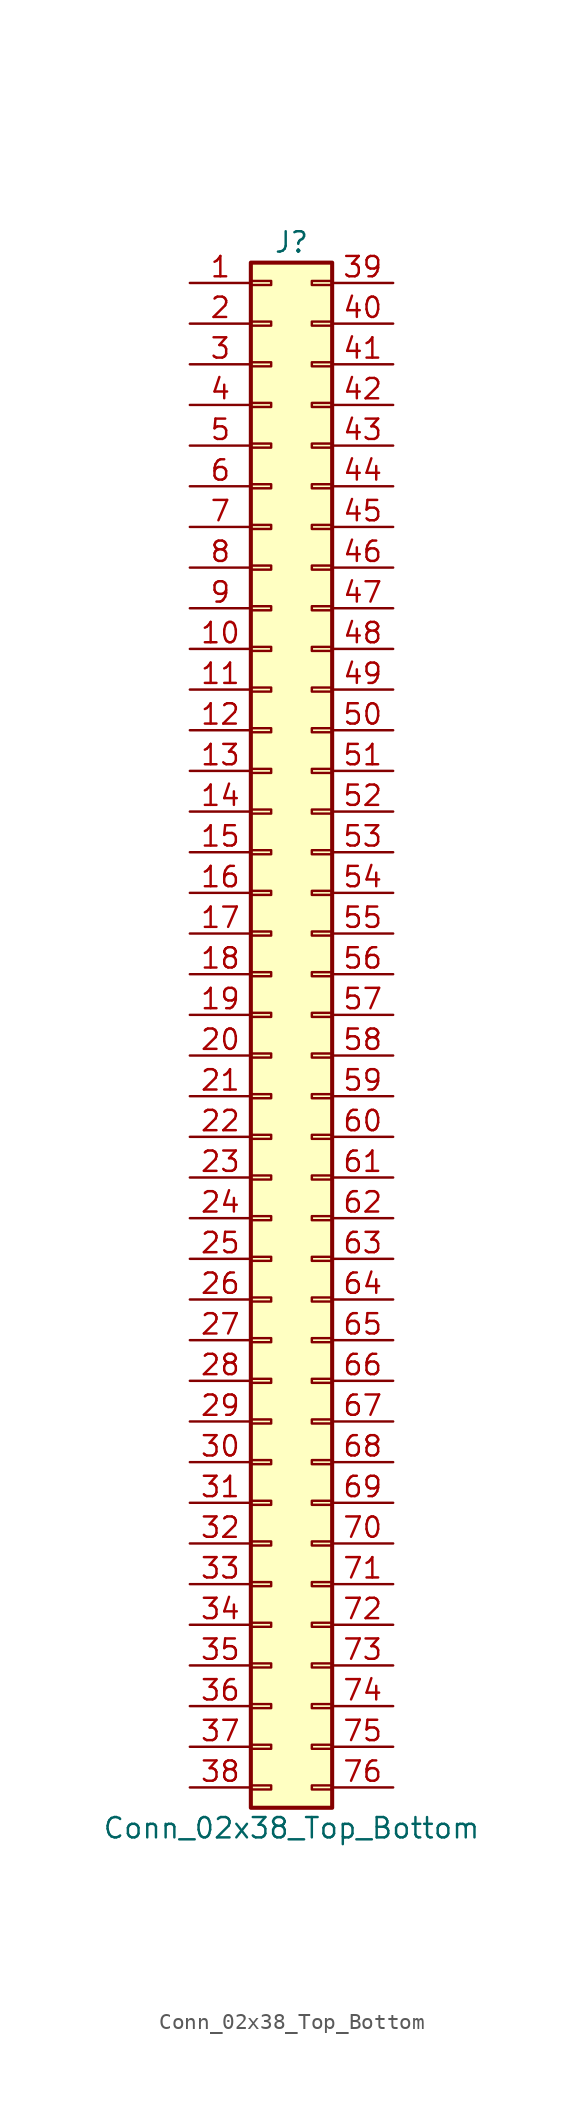
<source format=kicad_sym>
(kicad_symbol_lib
  (version 20220914)
  (generator kicad_symbol_editor)
  (symbol "Conn_02x38_Top_Bottom"
    (pin_names
      (offset 1.016) hide)
    (property "Reference" "J"
      (at 1.27 48.26 0)
      (effects (font (size 1.27 1.27))))
    (property "Value" "Conn_02x38_Top_Bottom"
      (at 1.27 -50.8 0)
      (effects (font (size 1.27 1.27))))
    (symbol "Conn_02x38_Top_Bottom_1_1"
      (rectangle (start -1.27 -48.133) (end 0 -48.387) (stroke (width 0.152) (type solid)) (fill (type none)))
      (rectangle (start -1.27 -45.593) (end 0 -45.847) (stroke (width 0.152) (type solid)) (fill (type none)))
      (rectangle (start -1.27 -43.053) (end 0 -43.307) (stroke (width 0.152) (type solid)) (fill (type none)))
      (rectangle (start -1.27 -40.513) (end 0 -40.767) (stroke (width 0.152) (type solid)) (fill (type none)))
      (rectangle (start -1.27 -37.973) (end 0 -38.227) (stroke (width 0.152) (type solid)) (fill (type none)))
      (rectangle (start -1.27 -35.433) (end 0 -35.687) (stroke (width 0.152) (type solid)) (fill (type none)))
      (rectangle (start -1.27 -32.893) (end 0 -33.147) (stroke (width 0.152) (type solid)) (fill (type none)))
      (rectangle (start -1.27 -30.353) (end 0 -30.607) (stroke (width 0.152) (type solid)) (fill (type none)))
      (rectangle (start -1.27 -27.813) (end 0 -28.067) (stroke (width 0.152) (type solid)) (fill (type none)))
      (rectangle (start -1.27 -25.273) (end 0 -25.527) (stroke (width 0.152) (type solid)) (fill (type none)))
      (rectangle (start -1.27 -22.733) (end 0 -22.987) (stroke (width 0.152) (type solid)) (fill (type none)))
      (rectangle (start -1.27 -20.193) (end 0 -20.447) (stroke (width 0.152) (type solid)) (fill (type none)))
      (rectangle (start -1.27 -17.653) (end 0 -17.907) (stroke (width 0.152) (type solid)) (fill (type none)))
      (rectangle (start -1.27 -15.113) (end 0 -15.367) (stroke (width 0.152) (type solid)) (fill (type none)))
      (rectangle (start -1.27 -12.573) (end 0 -12.827) (stroke (width 0.152) (type solid)) (fill (type none)))
      (rectangle (start -1.27 -10.033) (end 0 -10.287) (stroke (width 0.152) (type solid)) (fill (type none)))
      (rectangle (start -1.27 -7.493) (end 0 -7.747) (stroke (width 0.152) (type solid)) (fill (type none)))
      (rectangle (start -1.27 -4.953) (end 0 -5.207) (stroke (width 0.152) (type solid)) (fill (type none)))
      (rectangle (start -1.27 -2.413) (end 0 -2.667) (stroke (width 0.152) (type solid)) (fill (type none)))
      (rectangle (start -1.27 0.127) (end 0 -0.127) (stroke (width 0.152) (type solid)) (fill (type none)))
      (rectangle (start -1.27 2.667) (end 0 2.413) (stroke (width 0.152) (type solid)) (fill (type none)))
      (rectangle (start -1.27 5.207) (end 0 4.953) (stroke (width 0.152) (type solid)) (fill (type none)))
      (rectangle (start -1.27 7.747) (end 0 7.493) (stroke (width 0.152) (type solid)) (fill (type none)))
      (rectangle (start -1.27 10.287) (end 0 10.033) (stroke (width 0.152) (type solid)) (fill (type none)))
      (rectangle (start -1.27 12.827) (end 0 12.573) (stroke (width 0.152) (type solid)) (fill (type none)))
      (rectangle (start -1.27 15.367) (end 0 15.113) (stroke (width 0.152) (type solid)) (fill (type none)))
      (rectangle (start -1.27 17.907) (end 0 17.653) (stroke (width 0.152) (type solid)) (fill (type none)))
      (rectangle (start -1.27 20.447) (end 0 20.193) (stroke (width 0.152) (type solid)) (fill (type none)))
      (rectangle (start -1.27 22.987) (end 0 22.733) (stroke (width 0.152) (type solid)) (fill (type none)))
      (rectangle (start -1.27 25.527) (end 0 25.273) (stroke (width 0.152) (type solid)) (fill (type none)))
      (rectangle (start -1.27 28.067) (end 0 27.813) (stroke (width 0.152) (type solid)) (fill (type none)))
      (rectangle (start -1.27 30.607) (end 0 30.353) (stroke (width 0.152) (type solid)) (fill (type none)))
      (rectangle (start -1.27 33.147) (end 0 32.893) (stroke (width 0.152) (type solid)) (fill (type none)))
      (rectangle (start -1.27 35.687) (end 0 35.433) (stroke (width 0.152) (type solid)) (fill (type none)))
      (rectangle (start -1.27 38.227) (end 0 37.973) (stroke (width 0.152) (type solid)) (fill (type none)))
      (rectangle (start -1.27 40.767) (end 0 40.513) (stroke (width 0.152) (type solid)) (fill (type none)))
      (rectangle (start -1.27 43.307) (end 0 43.053) (stroke (width 0.152) (type solid)) (fill (type none)))
      (rectangle (start -1.27 45.847) (end 0 45.593) (stroke (width 0.152) (type solid)) (fill (type none)))
      (rectangle (start -1.27 46.99) (end 3.81 -49.53) (stroke (width 0.254) (type solid)) (fill (type background)))
      (rectangle (start 3.81 -48.133) (end 2.54 -48.387) (stroke (width 0.152) (type solid)) (fill (type none)))
      (rectangle (start 3.81 -45.593) (end 2.54 -45.847) (stroke (width 0.152) (type solid)) (fill (type none)))
      (rectangle (start 3.81 -43.053) (end 2.54 -43.307) (stroke (width 0.152) (type solid)) (fill (type none)))
      (rectangle (start 3.81 -40.513) (end 2.54 -40.767) (stroke (width 0.152) (type solid)) (fill (type none)))
      (rectangle (start 3.81 -37.973) (end 2.54 -38.227) (stroke (width 0.152) (type solid)) (fill (type none)))
      (rectangle (start 3.81 -35.433) (end 2.54 -35.687) (stroke (width 0.152) (type solid)) (fill (type none)))
      (rectangle (start 3.81 -32.893) (end 2.54 -33.147) (stroke (width 0.152) (type solid)) (fill (type none)))
      (rectangle (start 3.81 -30.353) (end 2.54 -30.607) (stroke (width 0.152) (type solid)) (fill (type none)))
      (rectangle (start 3.81 -27.813) (end 2.54 -28.067) (stroke (width 0.152) (type solid)) (fill (type none)))
      (rectangle (start 3.81 -25.273) (end 2.54 -25.527) (stroke (width 0.152) (type solid)) (fill (type none)))
      (rectangle (start 3.81 -22.733) (end 2.54 -22.987) (stroke (width 0.152) (type solid)) (fill (type none)))
      (rectangle (start 3.81 -20.193) (end 2.54 -20.447) (stroke (width 0.152) (type solid)) (fill (type none)))
      (rectangle (start 3.81 -17.653) (end 2.54 -17.907) (stroke (width 0.152) (type solid)) (fill (type none)))
      (rectangle (start 3.81 -15.113) (end 2.54 -15.367) (stroke (width 0.152) (type solid)) (fill (type none)))
      (rectangle (start 3.81 -12.573) (end 2.54 -12.827) (stroke (width 0.152) (type solid)) (fill (type none)))
      (rectangle (start 3.81 -10.033) (end 2.54 -10.287) (stroke (width 0.152) (type solid)) (fill (type none)))
      (rectangle (start 3.81 -7.493) (end 2.54 -7.747) (stroke (width 0.152) (type solid)) (fill (type none)))
      (rectangle (start 3.81 -4.953) (end 2.54 -5.207) (stroke (width 0.152) (type solid)) (fill (type none)))
      (rectangle (start 3.81 -2.413) (end 2.54 -2.667) (stroke (width 0.152) (type solid)) (fill (type none)))
      (rectangle (start 3.81 0.127) (end 2.54 -0.127) (stroke (width 0.152) (type solid)) (fill (type none)))
      (rectangle (start 3.81 2.667) (end 2.54 2.413) (stroke (width 0.152) (type solid)) (fill (type none)))
      (rectangle (start 3.81 5.207) (end 2.54 4.953) (stroke (width 0.152) (type solid)) (fill (type none)))
      (rectangle (start 3.81 7.747) (end 2.54 7.493) (stroke (width 0.152) (type solid)) (fill (type none)))
      (rectangle (start 3.81 10.287) (end 2.54 10.033) (stroke (width 0.152) (type solid)) (fill (type none)))
      (rectangle (start 3.81 12.827) (end 2.54 12.573) (stroke (width 0.152) (type solid)) (fill (type none)))
      (rectangle (start 3.81 15.367) (end 2.54 15.113) (stroke (width 0.152) (type solid)) (fill (type none)))
      (rectangle (start 3.81 17.907) (end 2.54 17.653) (stroke (width 0.152) (type solid)) (fill (type none)))
      (rectangle (start 3.81 20.447) (end 2.54 20.193) (stroke (width 0.152) (type solid)) (fill (type none)))
      (rectangle (start 3.81 22.987) (end 2.54 22.733) (stroke (width 0.152) (type solid)) (fill (type none)))
      (rectangle (start 3.81 25.527) (end 2.54 25.273) (stroke (width 0.152) (type solid)) (fill (type none)))
      (rectangle (start 3.81 28.067) (end 2.54 27.813) (stroke (width 0.152) (type solid)) (fill (type none)))
      (rectangle (start 3.81 30.607) (end 2.54 30.353) (stroke (width 0.152) (type solid)) (fill (type none)))
      (rectangle (start 3.81 33.147) (end 2.54 32.893) (stroke (width 0.152) (type solid)) (fill (type none)))
      (rectangle (start 3.81 35.687) (end 2.54 35.433) (stroke (width 0.152) (type solid)) (fill (type none)))
      (rectangle (start 3.81 38.227) (end 2.54 37.973) (stroke (width 0.152) (type solid)) (fill (type none)))
      (rectangle (start 3.81 40.767) (end 2.54 40.513) (stroke (width 0.152) (type solid)) (fill (type none)))
      (rectangle (start 3.81 43.307) (end 2.54 43.053) (stroke (width 0.152) (type solid)) (fill (type none)))
      (rectangle (start 3.81 45.847) (end 2.54 45.593) (stroke (width 0.152) (type solid)) (fill (type none)))
      (pin passive line (at -5.08 45.72 0) (length 3.81) (name "Pin_1" (effects (font (size 1.27 1.27)))) (number "1" (effects (font (size 1.27 1.27)))))
      (pin passive line (at -5.08 22.86 0) (length 3.81) (name "Pin_10" (effects (font (size 1.27 1.27)))) (number "10" (effects (font (size 1.27 1.27)))))
      (pin passive line (at -5.08 20.32 0) (length 3.81) (name "Pin_11" (effects (font (size 1.27 1.27)))) (number "11" (effects (font (size 1.27 1.27)))))
      (pin passive line (at -5.08 17.78 0) (length 3.81) (name "Pin_12" (effects (font (size 1.27 1.27)))) (number "12" (effects (font (size 1.27 1.27)))))
      (pin passive line (at -5.08 15.24 0) (length 3.81) (name "Pin_13" (effects (font (size 1.27 1.27)))) (number "13" (effects (font (size 1.27 1.27)))))
      (pin passive line (at -5.08 12.7 0) (length 3.81) (name "Pin_14" (effects (font (size 1.27 1.27)))) (number "14" (effects (font (size 1.27 1.27)))))
      (pin passive line (at -5.08 10.16 0) (length 3.81) (name "Pin_15" (effects (font (size 1.27 1.27)))) (number "15" (effects (font (size 1.27 1.27)))))
      (pin passive line (at -5.08 7.62 0) (length 3.81) (name "Pin_16" (effects (font (size 1.27 1.27)))) (number "16" (effects (font (size 1.27 1.27)))))
      (pin passive line (at -5.08 5.08 0) (length 3.81) (name "Pin_17" (effects (font (size 1.27 1.27)))) (number "17" (effects (font (size 1.27 1.27)))))
      (pin passive line (at -5.08 2.54 0) (length 3.81) (name "Pin_18" (effects (font (size 1.27 1.27)))) (number "18" (effects (font (size 1.27 1.27)))))
      (pin passive line (at -5.08 0 0) (length 3.81) (name "Pin_19" (effects (font (size 1.27 1.27)))) (number "19" (effects (font (size 1.27 1.27)))))
      (pin passive line (at -5.08 43.18 0) (length 3.81) (name "Pin_2" (effects (font (size 1.27 1.27)))) (number "2" (effects (font (size 1.27 1.27)))))
      (pin passive line (at -5.08 -2.54 0) (length 3.81) (name "Pin_20" (effects (font (size 1.27 1.27)))) (number "20" (effects (font (size 1.27 1.27)))))
      (pin passive line (at -5.08 -5.08 0) (length 3.81) (name "Pin_21" (effects (font (size 1.27 1.27)))) (number "21" (effects (font (size 1.27 1.27)))))
      (pin passive line (at -5.08 -7.62 0) (length 3.81) (name "Pin_22" (effects (font (size 1.27 1.27)))) (number "22" (effects (font (size 1.27 1.27)))))
      (pin passive line (at -5.08 -10.16 0) (length 3.81) (name "Pin_23" (effects (font (size 1.27 1.27)))) (number "23" (effects (font (size 1.27 1.27)))))
      (pin passive line (at -5.08 -12.7 0) (length 3.81) (name "Pin_24" (effects (font (size 1.27 1.27)))) (number "24" (effects (font (size 1.27 1.27)))))
      (pin passive line (at -5.08 -15.24 0) (length 3.81) (name "Pin_25" (effects (font (size 1.27 1.27)))) (number "25" (effects (font (size 1.27 1.27)))))
      (pin passive line (at -5.08 -17.78 0) (length 3.81) (name "Pin_26" (effects (font (size 1.27 1.27)))) (number "26" (effects (font (size 1.27 1.27)))))
      (pin passive line (at -5.08 -20.32 0) (length 3.81) (name "Pin_27" (effects (font (size 1.27 1.27)))) (number "27" (effects (font (size 1.27 1.27)))))
      (pin passive line (at -5.08 -22.86 0) (length 3.81) (name "Pin_28" (effects (font (size 1.27 1.27)))) (number "28" (effects (font (size 1.27 1.27)))))
      (pin passive line (at -5.08 -25.4 0) (length 3.81) (name "Pin_29" (effects (font (size 1.27 1.27)))) (number "29" (effects (font (size 1.27 1.27)))))
      (pin passive line (at -5.08 40.64 0) (length 3.81) (name "Pin_3" (effects (font (size 1.27 1.27)))) (number "3" (effects (font (size 1.27 1.27)))))
      (pin passive line (at -5.08 -27.94 0) (length 3.81) (name "Pin_30" (effects (font (size 1.27 1.27)))) (number "30" (effects (font (size 1.27 1.27)))))
      (pin passive line (at -5.08 -30.48 0) (length 3.81) (name "Pin_31" (effects (font (size 1.27 1.27)))) (number "31" (effects (font (size 1.27 1.27)))))
      (pin passive line (at -5.08 -33.02 0) (length 3.81) (name "Pin_32" (effects (font (size 1.27 1.27)))) (number "32" (effects (font (size 1.27 1.27)))))
      (pin passive line (at -5.08 -35.56 0) (length 3.81) (name "Pin_33" (effects (font (size 1.27 1.27)))) (number "33" (effects (font (size 1.27 1.27)))))
      (pin passive line (at -5.08 -38.1 0) (length 3.81) (name "Pin_34" (effects (font (size 1.27 1.27)))) (number "34" (effects (font (size 1.27 1.27)))))
      (pin passive line (at -5.08 -40.64 0) (length 3.81) (name "Pin_35" (effects (font (size 1.27 1.27)))) (number "35" (effects (font (size 1.27 1.27)))))
      (pin passive line (at -5.08 -43.18 0) (length 3.81) (name "Pin_36" (effects (font (size 1.27 1.27)))) (number "36" (effects (font (size 1.27 1.27)))))
      (pin passive line (at -5.08 -45.72 0) (length 3.81) (name "Pin_37" (effects (font (size 1.27 1.27)))) (number "37" (effects (font (size 1.27 1.27)))))
      (pin passive line (at -5.08 -48.26 0) (length 3.81) (name "Pin_38" (effects (font (size 1.27 1.27)))) (number "38" (effects (font (size 1.27 1.27)))))
      (pin passive line (at 7.62 45.72 180) (length 3.81) (name "Pin_39" (effects (font (size 1.27 1.27)))) (number "39" (effects (font (size 1.27 1.27)))))
      (pin passive line (at -5.08 38.1 0) (length 3.81) (name "Pin_4" (effects (font (size 1.27 1.27)))) (number "4" (effects (font (size 1.27 1.27)))))
      (pin passive line (at 7.62 43.18 180) (length 3.81) (name "Pin_40" (effects (font (size 1.27 1.27)))) (number "40" (effects (font (size 1.27 1.27)))))
      (pin passive line (at 7.62 40.64 180) (length 3.81) (name "Pin_41" (effects (font (size 1.27 1.27)))) (number "41" (effects (font (size 1.27 1.27)))))
      (pin passive line (at 7.62 38.1 180) (length 3.81) (name "Pin_42" (effects (font (size 1.27 1.27)))) (number "42" (effects (font (size 1.27 1.27)))))
      (pin passive line (at 7.62 35.56 180) (length 3.81) (name "Pin_43" (effects (font (size 1.27 1.27)))) (number "43" (effects (font (size 1.27 1.27)))))
      (pin passive line (at 7.62 33.02 180) (length 3.81) (name "Pin_44" (effects (font (size 1.27 1.27)))) (number "44" (effects (font (size 1.27 1.27)))))
      (pin passive line (at 7.62 30.48 180) (length 3.81) (name "Pin_45" (effects (font (size 1.27 1.27)))) (number "45" (effects (font (size 1.27 1.27)))))
      (pin passive line (at 7.62 27.94 180) (length 3.81) (name "Pin_46" (effects (font (size 1.27 1.27)))) (number "46" (effects (font (size 1.27 1.27)))))
      (pin passive line (at 7.62 25.4 180) (length 3.81) (name "Pin_47" (effects (font (size 1.27 1.27)))) (number "47" (effects (font (size 1.27 1.27)))))
      (pin passive line (at 7.62 22.86 180) (length 3.81) (name "Pin_48" (effects (font (size 1.27 1.27)))) (number "48" (effects (font (size 1.27 1.27)))))
      (pin passive line (at 7.62 20.32 180) (length 3.81) (name "Pin_49" (effects (font (size 1.27 1.27)))) (number "49" (effects (font (size 1.27 1.27)))))
      (pin passive line (at -5.08 35.56 0) (length 3.81) (name "Pin_5" (effects (font (size 1.27 1.27)))) (number "5" (effects (font (size 1.27 1.27)))))
      (pin passive line (at 7.62 17.78 180) (length 3.81) (name "Pin_50" (effects (font (size 1.27 1.27)))) (number "50" (effects (font (size 1.27 1.27)))))
      (pin passive line (at 7.62 15.24 180) (length 3.81) (name "Pin_51" (effects (font (size 1.27 1.27)))) (number "51" (effects (font (size 1.27 1.27)))))
      (pin passive line (at 7.62 12.7 180) (length 3.81) (name "Pin_52" (effects (font (size 1.27 1.27)))) (number "52" (effects (font (size 1.27 1.27)))))
      (pin passive line (at 7.62 10.16 180) (length 3.81) (name "Pin_53" (effects (font (size 1.27 1.27)))) (number "53" (effects (font (size 1.27 1.27)))))
      (pin passive line (at 7.62 7.62 180) (length 3.81) (name "Pin_54" (effects (font (size 1.27 1.27)))) (number "54" (effects (font (size 1.27 1.27)))))
      (pin passive line (at 7.62 5.08 180) (length 3.81) (name "Pin_55" (effects (font (size 1.27 1.27)))) (number "55" (effects (font (size 1.27 1.27)))))
      (pin passive line (at 7.62 2.54 180) (length 3.81) (name "Pin_56" (effects (font (size 1.27 1.27)))) (number "56" (effects (font (size 1.27 1.27)))))
      (pin passive line (at 7.62 0 180) (length 3.81) (name "Pin_57" (effects (font (size 1.27 1.27)))) (number "57" (effects (font (size 1.27 1.27)))))
      (pin passive line (at 7.62 -2.54 180) (length 3.81) (name "Pin_58" (effects (font (size 1.27 1.27)))) (number "58" (effects (font (size 1.27 1.27)))))
      (pin passive line (at 7.62 -5.08 180) (length 3.81) (name "Pin_59" (effects (font (size 1.27 1.27)))) (number "59" (effects (font (size 1.27 1.27)))))
      (pin passive line (at -5.08 33.02 0) (length 3.81) (name "Pin_6" (effects (font (size 1.27 1.27)))) (number "6" (effects (font (size 1.27 1.27)))))
      (pin passive line (at 7.62 -7.62 180) (length 3.81) (name "Pin_60" (effects (font (size 1.27 1.27)))) (number "60" (effects (font (size 1.27 1.27)))))
      (pin passive line (at 7.62 -10.16 180) (length 3.81) (name "Pin_61" (effects (font (size 1.27 1.27)))) (number "61" (effects (font (size 1.27 1.27)))))
      (pin passive line (at 7.62 -12.7 180) (length 3.81) (name "Pin_62" (effects (font (size 1.27 1.27)))) (number "62" (effects (font (size 1.27 1.27)))))
      (pin passive line (at 7.62 -15.24 180) (length 3.81) (name "Pin_63" (effects (font (size 1.27 1.27)))) (number "63" (effects (font (size 1.27 1.27)))))
      (pin passive line (at 7.62 -17.78 180) (length 3.81) (name "Pin_64" (effects (font (size 1.27 1.27)))) (number "64" (effects (font (size 1.27 1.27)))))
      (pin passive line (at 7.62 -20.32 180) (length 3.81) (name "Pin_65" (effects (font (size 1.27 1.27)))) (number "65" (effects (font (size 1.27 1.27)))))
      (pin passive line (at 7.62 -22.86 180) (length 3.81) (name "Pin_66" (effects (font (size 1.27 1.27)))) (number "66" (effects (font (size 1.27 1.27)))))
      (pin passive line (at 7.62 -25.4 180) (length 3.81) (name "Pin_67" (effects (font (size 1.27 1.27)))) (number "67" (effects (font (size 1.27 1.27)))))
      (pin passive line (at 7.62 -27.94 180) (length 3.81) (name "Pin_68" (effects (font (size 1.27 1.27)))) (number "68" (effects (font (size 1.27 1.27)))))
      (pin passive line (at 7.62 -30.48 180) (length 3.81) (name "Pin_69" (effects (font (size 1.27 1.27)))) (number "69" (effects (font (size 1.27 1.27)))))
      (pin passive line (at -5.08 30.48 0) (length 3.81) (name "Pin_7" (effects (font (size 1.27 1.27)))) (number "7" (effects (font (size 1.27 1.27)))))
      (pin passive line (at 7.62 -33.02 180) (length 3.81) (name "Pin_70" (effects (font (size 1.27 1.27)))) (number "70" (effects (font (size 1.27 1.27)))))
      (pin passive line (at 7.62 -35.56 180) (length 3.81) (name "Pin_71" (effects (font (size 1.27 1.27)))) (number "71" (effects (font (size 1.27 1.27)))))
      (pin passive line (at 7.62 -38.1 180) (length 3.81) (name "Pin_72" (effects (font (size 1.27 1.27)))) (number "72" (effects (font (size 1.27 1.27)))))
      (pin passive line (at 7.62 -40.64 180) (length 3.81) (name "Pin_73" (effects (font (size 1.27 1.27)))) (number "73" (effects (font (size 1.27 1.27)))))
      (pin passive line (at 7.62 -43.18 180) (length 3.81) (name "Pin_74" (effects (font (size 1.27 1.27)))) (number "74" (effects (font (size 1.27 1.27)))))
      (pin passive line (at 7.62 -45.72 180) (length 3.81) (name "Pin_75" (effects (font (size 1.27 1.27)))) (number "75" (effects (font (size 1.27 1.27)))))
      (pin passive line (at 7.62 -48.26 180) (length 3.81) (name "Pin_76" (effects (font (size 1.27 1.27)))) (number "76" (effects (font (size 1.27 1.27)))))
      (pin passive line (at -5.08 27.94 0) (length 3.81) (name "Pin_8" (effects (font (size 1.27 1.27)))) (number "8" (effects (font (size 1.27 1.27)))))
      (pin passive line (at -5.08 25.4 0) (length 3.81) (name "Pin_9" (effects (font (size 1.27 1.27)))) (number "9" (effects (font (size 1.27 1.27))))))))
</source>
